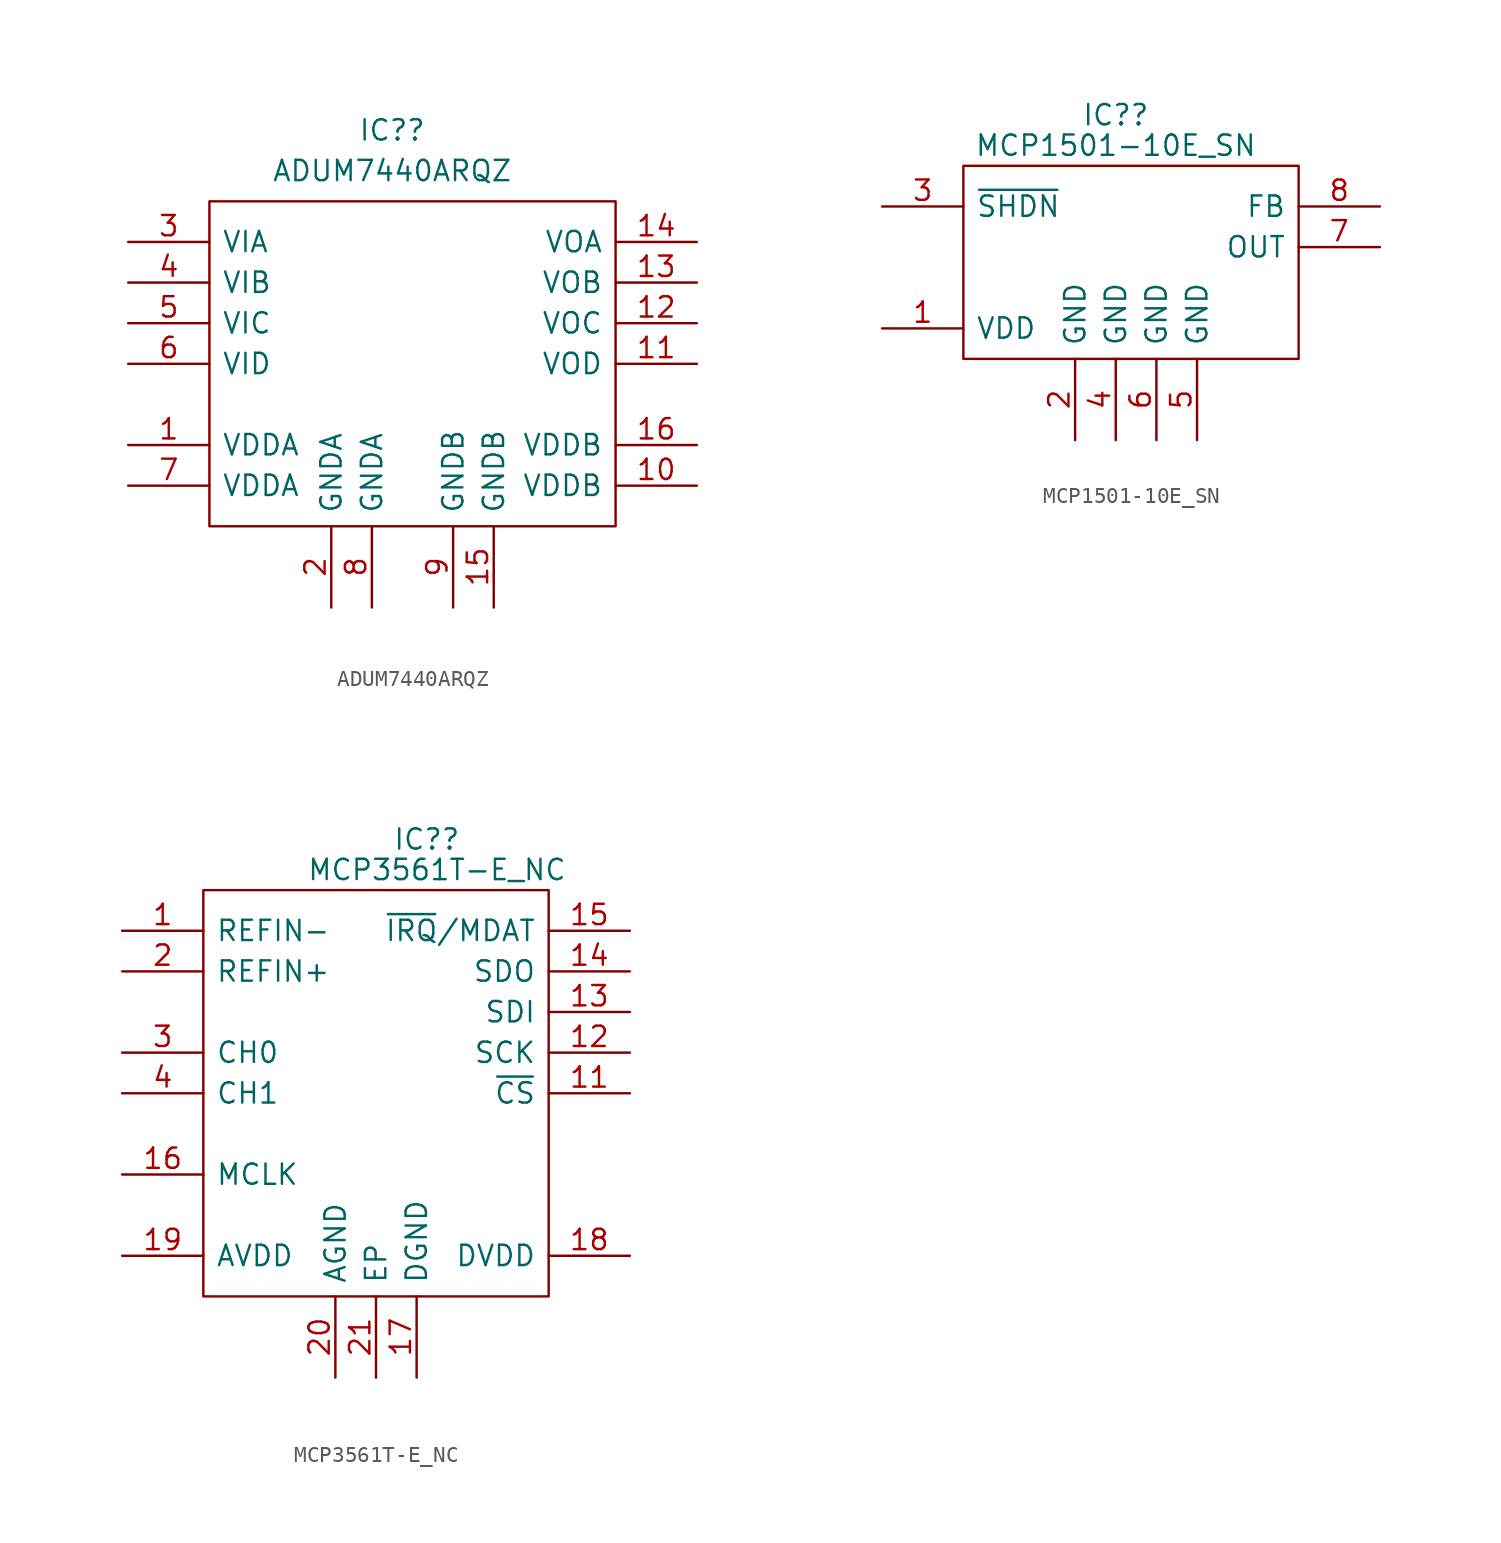
<source format=kicad_sym>
(kicad_symbol_lib
  (version 20211014)
  (generator kicad_symbol_editor)
  (symbol "ADUM7440ARQZ"
    (pin_names
      (offset 0.762))
    (property "Reference" "IC?"
      (at 0 -1.27 0)
      (effects (font (size 1.27 1.27))))
    (property "Value" "ADUM7440ARQZ"
      (at 0 -3.81 0)
      (effects (font (size 1.27 1.27))))
    (symbol "ADUM7440ARQZ_0_0"
      (pin passive line (at -16.51 -20.955 0) (length 5.08) (name "VDDA" (effects (font (size 1.27 1.27)))) (number "1" (effects (font (size 1.27 1.27)))))
      (pin passive line (at 19.05 -23.495 180) (length 5.08) (name "VDDB" (effects (font (size 1.27 1.27)))) (number "10" (effects (font (size 1.27 1.27)))))
      (pin passive line (at 19.05 -15.875 180) (length 5.08) (name "VOD" (effects (font (size 1.27 1.27)))) (number "11" (effects (font (size 1.27 1.27)))))
      (pin passive line (at 19.05 -13.335 180) (length 5.08) (name "VOC" (effects (font (size 1.27 1.27)))) (number "12" (effects (font (size 1.27 1.27)))))
      (pin passive line (at 19.05 -10.795 180) (length 5.08) (name "VOB" (effects (font (size 1.27 1.27)))) (number "13" (effects (font (size 1.27 1.27)))))
      (pin passive line (at 19.05 -8.255 180) (length 5.08) (name "VOA" (effects (font (size 1.27 1.27)))) (number "14" (effects (font (size 1.27 1.27)))))
      (pin passive line (at 6.35 -31.115 90) (length 5.08) (name "GNDB" (effects (font (size 1.27 1.27)))) (number "15" (effects (font (size 1.27 1.27)))))
      (pin passive line (at 19.05 -20.955 180) (length 5.08) (name "VDDB" (effects (font (size 1.27 1.27)))) (number "16" (effects (font (size 1.27 1.27)))))
      (pin passive line (at -3.81 -31.115 90) (length 5.08) (name "GNDA" (effects (font (size 1.27 1.27)))) (number "2" (effects (font (size 1.27 1.27)))))
      (pin passive line (at -16.51 -8.255 0) (length 5.08) (name "VIA" (effects (font (size 1.27 1.27)))) (number "3" (effects (font (size 1.27 1.27)))))
      (pin passive line (at -16.51 -10.795 0) (length 5.08) (name "VIB" (effects (font (size 1.27 1.27)))) (number "4" (effects (font (size 1.27 1.27)))))
      (pin passive line (at -16.51 -13.335 0) (length 5.08) (name "VIC" (effects (font (size 1.27 1.27)))) (number "5" (effects (font (size 1.27 1.27)))))
      (pin passive line (at -16.51 -15.875 0) (length 5.08) (name "VID" (effects (font (size 1.27 1.27)))) (number "6" (effects (font (size 1.27 1.27)))))
      (pin passive line (at -16.51 -23.495 0) (length 5.08) (name "VDDA" (effects (font (size 1.27 1.27)))) (number "7" (effects (font (size 1.27 1.27)))))
      (pin passive line (at -1.27 -31.115 90) (length 5.08) (name "GNDA" (effects (font (size 1.27 1.27)))) (number "8" (effects (font (size 1.27 1.27)))))
      (pin passive line (at 3.81 -31.115 90) (length 5.08) (name "GNDB" (effects (font (size 1.27 1.27)))) (number "9" (effects (font (size 1.27 1.27))))))
    (symbol "ADUM7440ARQZ_0_1"
      (polyline (pts (xy -11.43 -5.715) (xy 13.97 -5.715) (xy 13.97 -26.035) (xy -11.43 -26.035) (xy -11.43 -5.715)) (stroke (width 0.152) (type default) (color 0 0 0 0)) (fill (type none)))))
  (symbol "MCP1501-10E_SN"
    (pin_names
      (offset 0.762))
    (property "Reference" "IC?"
      (at 14.605 5.08 0)
      (effects (font (size 1.27 1.27))))
    (property "Value" "MCP1501-10E_SN"
      (at 14.605 3.175 0)
      (effects (font (size 1.27 1.27))))
    (symbol "MCP1501-10E_SN_0_0"
      (pin passive line (at 0 -8.255 0) (length 5.08) (name "VDD" (effects (font (size 1.27 1.27)))) (number "1" (effects (font (size 1.27 1.27)))))
      (pin passive line (at 12.065 -15.24 90) (length 5.08) (name "GND" (effects (font (size 1.27 1.27)))) (number "2" (effects (font (size 1.27 1.27)))))
      (pin passive line (at 0 -0.635 0) (length 5.08) (name "~{SHDN}" (effects (font (size 1.27 1.27)))) (number "3" (effects (font (size 1.27 1.27)))))
      (pin passive line (at 14.605 -15.24 90) (length 5.08) (name "GND" (effects (font (size 1.27 1.27)))) (number "4" (effects (font (size 1.27 1.27)))))
      (pin passive line (at 19.685 -15.24 90) (length 5.08) (name "GND" (effects (font (size 1.27 1.27)))) (number "5" (effects (font (size 1.27 1.27)))))
      (pin passive line (at 17.145 -15.24 90) (length 5.08) (name "GND" (effects (font (size 1.27 1.27)))) (number "6" (effects (font (size 1.27 1.27)))))
      (pin passive line (at 31.115 -3.175 180) (length 5.08) (name "OUT" (effects (font (size 1.27 1.27)))) (number "7" (effects (font (size 1.27 1.27)))))
      (pin passive line (at 31.115 -0.635 180) (length 5.08) (name "FB" (effects (font (size 1.27 1.27)))) (number "8" (effects (font (size 1.27 1.27))))))
    (symbol "MCP1501-10E_SN_0_1"
      (polyline (pts (xy 5.08 1.905) (xy 26.035 1.905) (xy 26.035 -10.16) (xy 5.08 -10.16) (xy 5.08 1.905)) (stroke (width 0.152) (type default) (color 0 0 0 0)) (fill (type none)))))
  (symbol "MCP3561T-E_NC"
    (pin_names
      (offset 0.762))
    (property "Reference" "IC?"
      (at 19.05 8.255 0)
      (effects (font (size 1.27 1.27))))
    (property "Value" "MCP3561T-E_NC"
      (at 19.685 6.35 0)
      (effects (font (size 1.27 1.27))))
    (symbol "MCP3561T-E_NC_0_0"
      (pin passive line (at 0 2.54 0) (length 5.08) (name "REFIN-" (effects (font (size 1.27 1.27)))) (number "1" (effects (font (size 1.27 1.27)))))
      (pin passive line (at 31.75 -7.62 180) (length 5.08) (name "~{CS}" (effects (font (size 1.27 1.27)))) (number "11" (effects (font (size 1.27 1.27)))))
      (pin passive line (at 31.75 -5.08 180) (length 5.08) (name "SCK" (effects (font (size 1.27 1.27)))) (number "12" (effects (font (size 1.27 1.27)))))
      (pin passive line (at 31.75 -2.54 180) (length 5.08) (name "SDI" (effects (font (size 1.27 1.27)))) (number "13" (effects (font (size 1.27 1.27)))))
      (pin passive line (at 31.75 0 180) (length 5.08) (name "SDO" (effects (font (size 1.27 1.27)))) (number "14" (effects (font (size 1.27 1.27)))))
      (pin passive line (at 31.75 2.54 180) (length 5.08) (name "~{IRQ}/MDAT" (effects (font (size 1.27 1.27)))) (number "15" (effects (font (size 1.27 1.27)))))
      (pin passive line (at 0 -12.7 0) (length 5.08) (name "MCLK" (effects (font (size 1.27 1.27)))) (number "16" (effects (font (size 1.27 1.27)))))
      (pin passive line (at 18.415 -25.4 90) (length 5.08) (name "DGND" (effects (font (size 1.27 1.27)))) (number "17" (effects (font (size 1.27 1.27)))))
      (pin passive line (at 31.75 -17.78 180) (length 5.08) (name "DVDD" (effects (font (size 1.27 1.27)))) (number "18" (effects (font (size 1.27 1.27)))))
      (pin passive line (at 0 -17.78 0) (length 5.08) (name "AVDD" (effects (font (size 1.27 1.27)))) (number "19" (effects (font (size 1.27 1.27)))))
      (pin passive line (at 0 0 0) (length 5.08) (name "REFIN+" (effects (font (size 1.27 1.27)))) (number "2" (effects (font (size 1.27 1.27)))))
      (pin passive line (at 13.335 -25.4 90) (length 5.08) (name "AGND" (effects (font (size 1.27 1.27)))) (number "20" (effects (font (size 1.27 1.27)))))
      (pin passive line (at 15.875 -25.4 90) (length 5.08) (name "EP" (effects (font (size 1.27 1.27)))) (number "21" (effects (font (size 1.27 1.27)))))
      (pin passive line (at 0 -5.08 0) (length 5.08) (name "CH0" (effects (font (size 1.27 1.27)))) (number "3" (effects (font (size 1.27 1.27)))))
      (pin passive line (at 0 -7.62 0) (length 5.08) (name "CH1" (effects (font (size 1.27 1.27)))) (number "4" (effects (font (size 1.27 1.27))))))
    (symbol "MCP3561T-E_NC_0_1"
      (polyline (pts (xy 5.08 5.08) (xy 26.67 5.08) (xy 26.67 -20.32) (xy 5.08 -20.32) (xy 5.08 5.08)) (stroke (width 0.152) (type default) (color 0 0 0 0)) (fill (type none))))))
</source>
